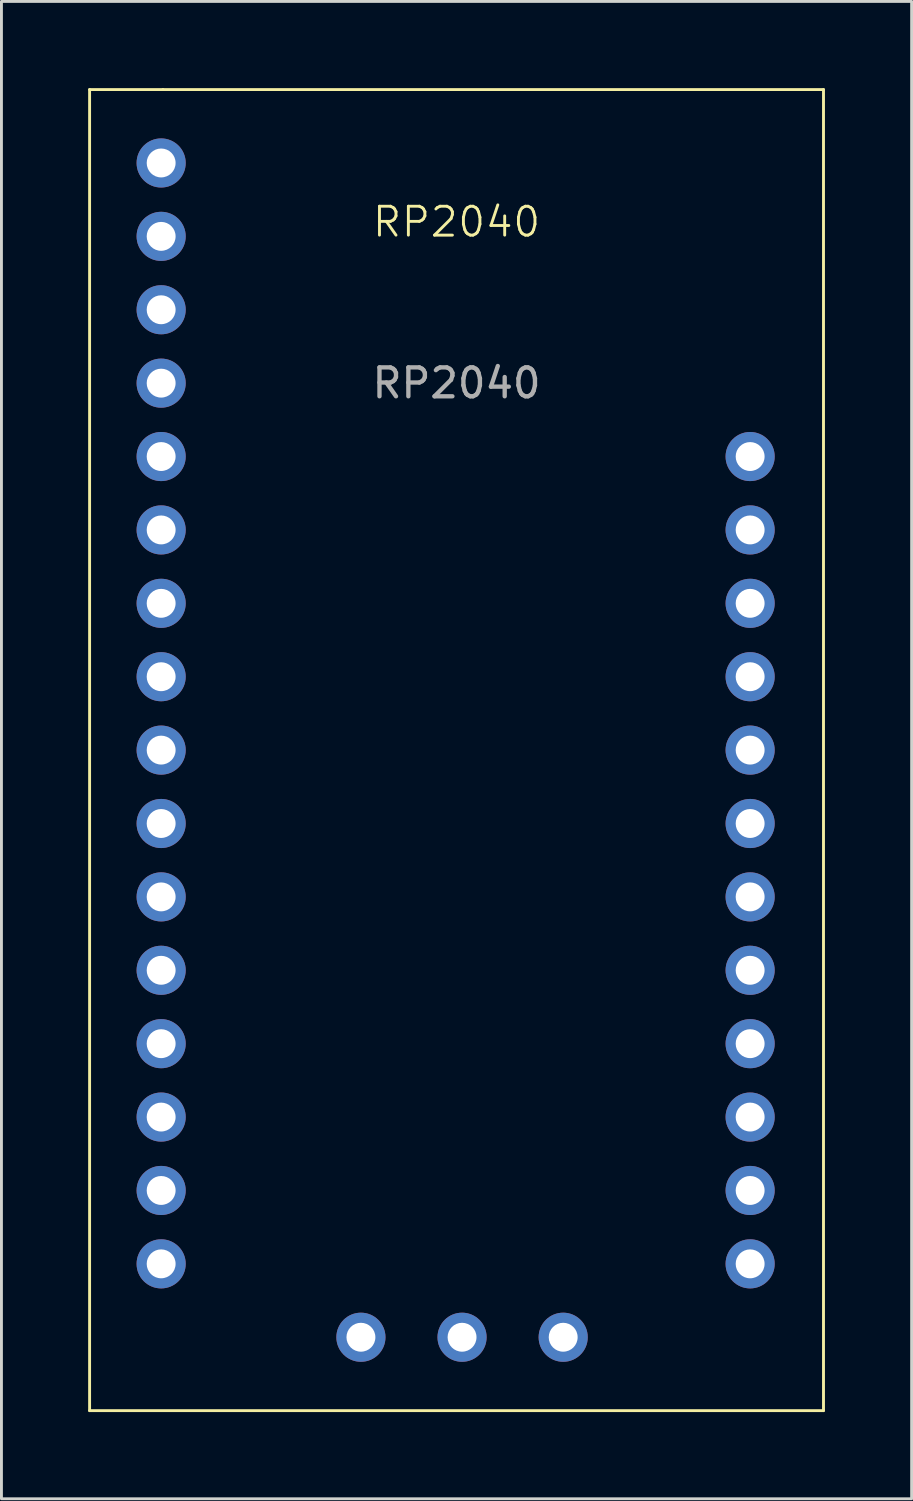
<source format=kicad_pcb>
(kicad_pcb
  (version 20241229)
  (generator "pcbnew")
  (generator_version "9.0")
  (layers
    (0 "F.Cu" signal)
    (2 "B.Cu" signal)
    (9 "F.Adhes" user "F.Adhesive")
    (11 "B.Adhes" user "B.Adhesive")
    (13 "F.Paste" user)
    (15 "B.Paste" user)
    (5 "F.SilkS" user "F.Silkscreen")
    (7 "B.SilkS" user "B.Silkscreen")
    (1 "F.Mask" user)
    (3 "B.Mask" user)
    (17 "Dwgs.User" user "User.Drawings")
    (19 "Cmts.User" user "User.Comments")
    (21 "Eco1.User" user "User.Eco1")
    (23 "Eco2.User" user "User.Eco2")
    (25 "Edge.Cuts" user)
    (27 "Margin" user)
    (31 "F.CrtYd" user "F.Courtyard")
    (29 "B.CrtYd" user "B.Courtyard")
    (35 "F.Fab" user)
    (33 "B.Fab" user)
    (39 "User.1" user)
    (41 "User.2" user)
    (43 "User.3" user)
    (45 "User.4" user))
  (footprint "RP2040"
    (layer "F.Cu")
    (at 12.941 20.37)
    (property "Reference" "RP2040" (at -0.191 -15.74 0) (unlocked yes) (layer "F.SilkS") (effects (font (size 1 1) (thickness 0.1))))
    (attr through_hole)
    (fp_line (start -12.89 -20.32) (end -12.89 25.4) (stroke (width 0.1) (type default)) (layer "F.SilkS"))
    (fp_line (start -12.89 25.4) (end 12.509 25.4) (stroke (width 0.1) (type default)) (layer "F.SilkS"))
    (fp_line (start -10.351 -20.32) (end -12.89 -20.32) (stroke (width 0.1) (type default)) (layer "F.SilkS"))
    (fp_line (start 12.509 -20.32) (end -10.351 -20.32) (stroke (width 0.1) (type default)) (layer "F.SilkS"))
    (fp_line (start 12.509 25.4) (end 12.509 -20.32) (stroke (width 0.1) (type default)) (layer "F.SilkS"))
    (fp_text user "${REFERENCE}" (at -0.191 -10.16 0) (unlocked yes) (layer "F.Fab") (effects (font (size 1 1) (thickness 0.15))))
    (pad "1" thru_hole circle (at 9.97 -7.62) (size 1.7 1.7) (drill 1) (layers "*.Cu" "*.Mask"))
    (pad "2" thru_hole circle (at 9.97 -5.08) (size 1.7 1.7) (drill 1) (layers "*.Cu" "*.Mask"))
    (pad "3" thru_hole circle (at 9.97 -2.54) (size 1.7 1.7) (drill 1) (layers "*.Cu" "*.Mask"))
    (pad "4" thru_hole circle (at 9.97 0) (size 1.7 1.7) (drill 1) (layers "*.Cu" "*.Mask"))
    (pad "5" thru_hole circle (at 9.97 2.54) (size 1.7 1.7) (drill 1) (layers "*.Cu" "*.Mask"))
    (pad "6" thru_hole circle (at 9.97 5.08) (size 1.7 1.7) (drill 1) (layers "*.Cu" "*.Mask"))
    (pad "7" thru_hole circle (at 9.97 7.62) (size 1.7 1.7) (drill 1) (layers "*.Cu" "*.Mask"))
    (pad "8" thru_hole circle (at 9.97 10.16) (size 1.7 1.7) (drill 1) (layers "*.Cu" "*.Mask"))
    (pad "9" thru_hole circle (at 9.97 12.7) (size 1.7 1.7) (drill 1) (layers "*.Cu" "*.Mask"))
    (pad "10" thru_hole circle (at 9.97 15.24) (size 1.7 1.7) (drill 1) (layers "*.Cu" "*.Mask"))
    (pad "11" thru_hole circle (at 9.97 17.78) (size 1.7 1.7) (drill 1) (layers "*.Cu" "*.Mask"))
    (pad "12" thru_hole circle (at 9.97 20.32) (size 1.7 1.7) (drill 1) (layers "*.Cu" "*.Mask"))
    (pad "13" thru_hole circle (at -10.414 20.32) (size 1.7 1.7) (drill 1) (layers "*.Cu" "*.Mask"))
    (pad "14" thru_hole circle (at -10.414 17.78) (size 1.7 1.7) (drill 1) (layers "*.Cu" "*.Mask"))
    (pad "15" thru_hole circle (at -10.414 15.24) (size 1.7 1.7) (drill 1) (layers "*.Cu" "*.Mask"))
    (pad "16" thru_hole circle (at -10.414 12.7) (size 1.7 1.7) (drill 1) (layers "*.Cu" "*.Mask"))
    (pad "17" thru_hole circle (at -10.414 10.16) (size 1.7 1.7) (drill 1) (layers "*.Cu" "*.Mask"))
    (pad "18" thru_hole circle (at -10.414 7.62) (size 1.7 1.7) (drill 1) (layers "*.Cu" "*.Mask"))
    (pad "19" thru_hole circle (at -10.414 5.08) (size 1.7 1.7) (drill 1) (layers "*.Cu" "*.Mask"))
    (pad "20" thru_hole circle (at -10.414 2.54) (size 1.7 1.7) (drill 1) (layers "*.Cu" "*.Mask"))
    (pad "21" thru_hole circle (at -10.414 0) (size 1.7 1.7) (drill 1) (layers "*.Cu" "*.Mask"))
    (pad "22" thru_hole circle (at -10.414 -2.54) (size 1.7 1.7) (drill 1) (layers "*.Cu" "*.Mask"))
    (pad "23" thru_hole circle (at -10.414 -5.08) (size 1.7 1.7) (drill 1) (layers "*.Cu" "*.Mask"))
    (pad "24" thru_hole circle (at -10.414 -7.62) (size 1.7 1.7) (drill 1) (layers "*.Cu" "*.Mask"))
    (pad "25" thru_hole circle (at -10.414 -10.16) (size 1.7 1.7) (drill 1) (layers "*.Cu" "*.Mask"))
    (pad "26" thru_hole circle (at -10.414 -12.7) (size 1.7 1.7) (drill 1) (layers "*.Cu" "*.Mask"))
    (pad "27" thru_hole circle (at -10.414 -15.24) (size 1.7 1.7) (drill 1) (layers "*.Cu" "*.Mask"))
    (pad "28" thru_hole circle (at -10.414 -17.78) (size 1.7 1.7) (drill 1) (layers "*.Cu" "*.Mask"))
    (pad "29" thru_hole circle (at 3.5 22.86) (size 1.7 1.7) (drill 1) (layers "*.Cu" "*.Mask"))
    (pad "30" thru_hole circle (at 0 22.86) (size 1.7 1.7) (drill 1) (layers "*.Cu" "*.Mask"))
    (pad "31" thru_hole circle (at -3.5 22.86) (size 1.7 1.7) (drill 1) (layers "*.Cu" "*.Mask")))
  (gr_rect
    (start -3 -3)
    (end 28.5 48.82)
    (stroke (width 0.1) (type default))
    (fill no)
    (layer "Edge.Cuts")))
</source>
